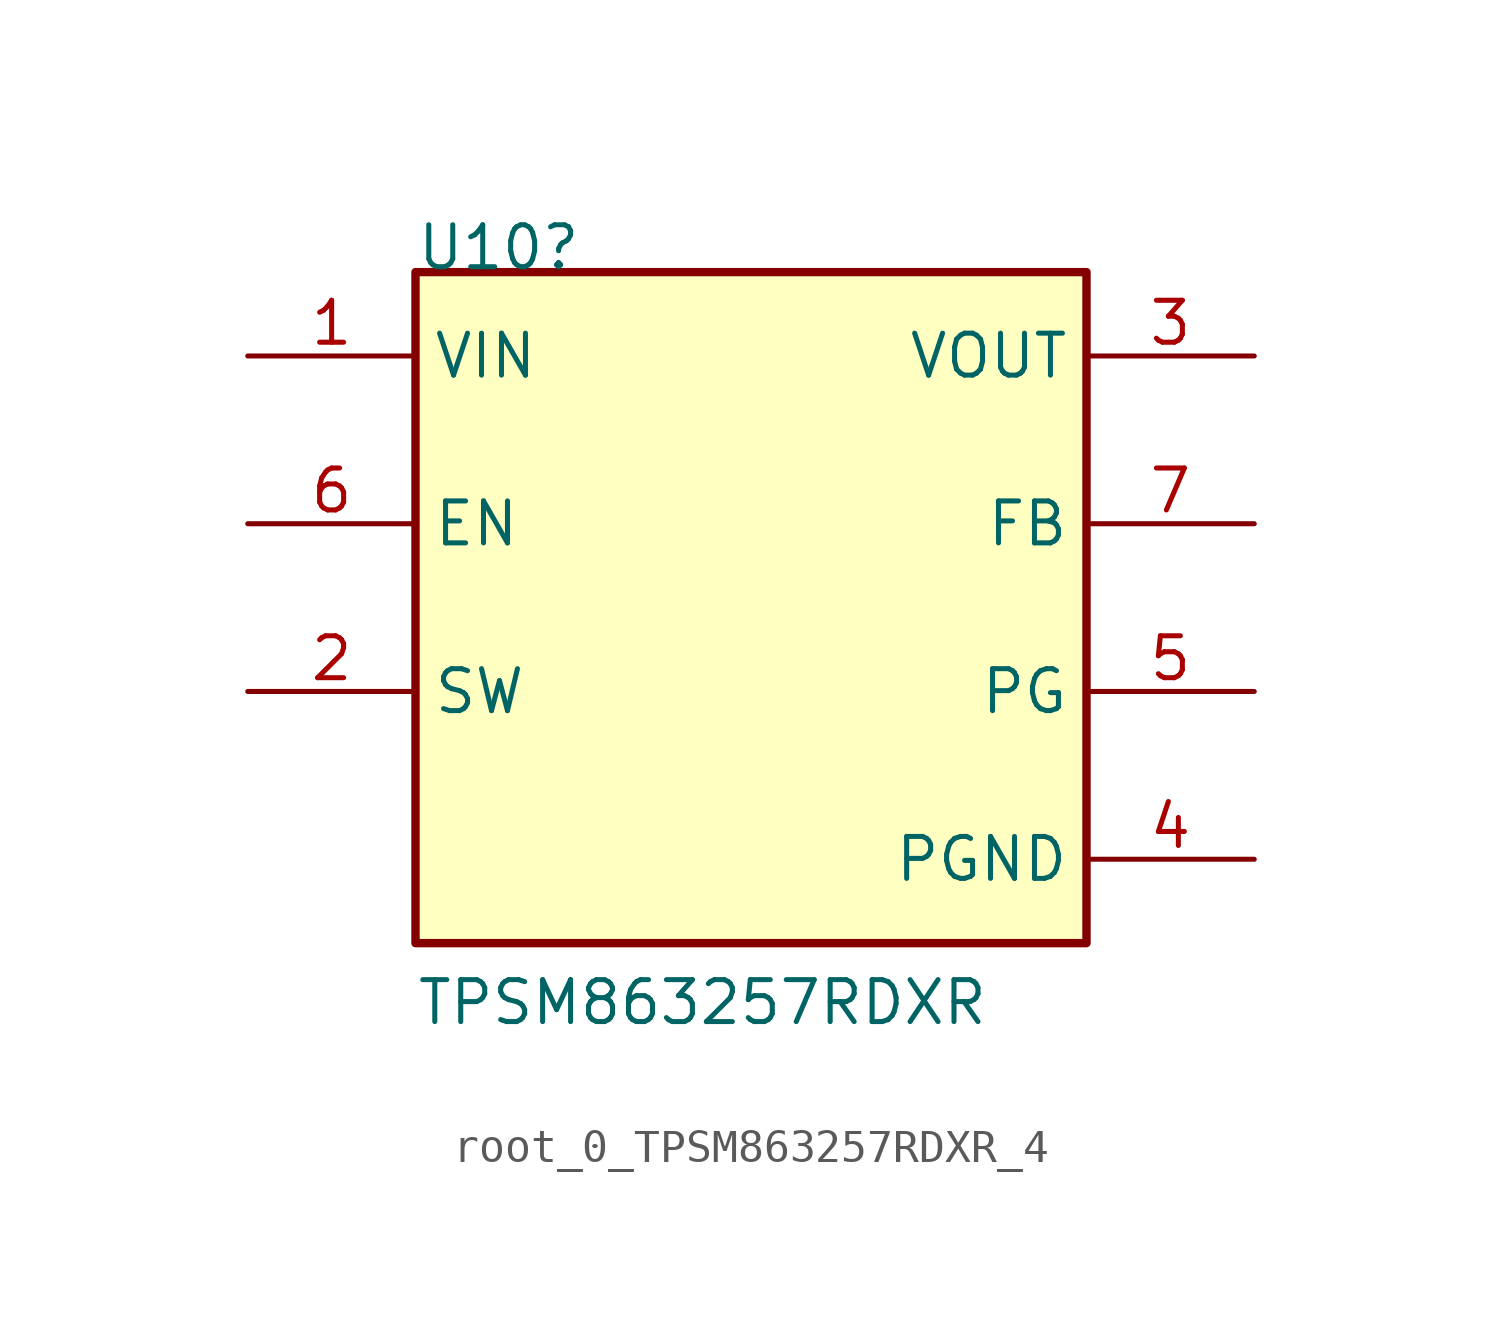
<source format=kicad_sym>
(kicad_symbol_lib
  (version 20241209)
  (generator "kicad_symbol_editor")
  (generator_version "9.0")
  (symbol "root_0_TPSM863257RDXR_4"
    (property "Reference" "U10"
      (at -10.16 10.16 0)
      (effects (font (size 1.27 1.27)) (justify left bottom)))
    (property "Value" "TPSM863257RDXR"
      (at -10.16 -12.7 0)
      (effects (font (size 1.27 1.27)) (justify left bottom)))
    (property "Description" ""
      (at 0 0 0)
      (effects (font (size 1.27 1.27))))
    (symbol "root_0_TPSM863257RDXR_4_1_0"
      (rectangle (start 10.16 10.16) (end -10.16 -10.16) (stroke (width 0.254) (type solid)) (fill (type background)))
      (pin input line (at -15.24 7.62 0) (length 5.08) (name "VIN" (effects (font (size 1.27 1.27)))) (number "1" (effects (font (size 1.27 1.27)))))
      (pin input line (at -15.24 2.54 0) (length 5.08) (name "EN" (effects (font (size 1.27 1.27)))) (number "6" (effects (font (size 1.27 1.27)))))
      (pin passive line (at -15.24 -2.54 0) (length 5.08) (name "SW" (effects (font (size 1.27 1.27)))) (number "2" (effects (font (size 1.27 1.27)))))
      (pin output line (at 15.24 7.62 180) (length 5.08) (name "VOUT" (effects (font (size 1.27 1.27)))) (number "3" (effects (font (size 1.27 1.27)))))
      (pin input line (at 15.24 2.54 180) (length 5.08) (name "FB" (effects (font (size 1.27 1.27)))) (number "7" (effects (font (size 1.27 1.27)))))
      (pin open_collector line (at 15.24 -2.54 180) (length 5.08) (name "PG" (effects (font (size 1.27 1.27)))) (number "5" (effects (font (size 1.27 1.27)))))
      (pin power_in line (at 15.24 -7.62 180) (length 5.08) (name "PGND" (effects (font (size 1.27 1.27)))) (number "4" (effects (font (size 1.27 1.27))))))))
</source>
